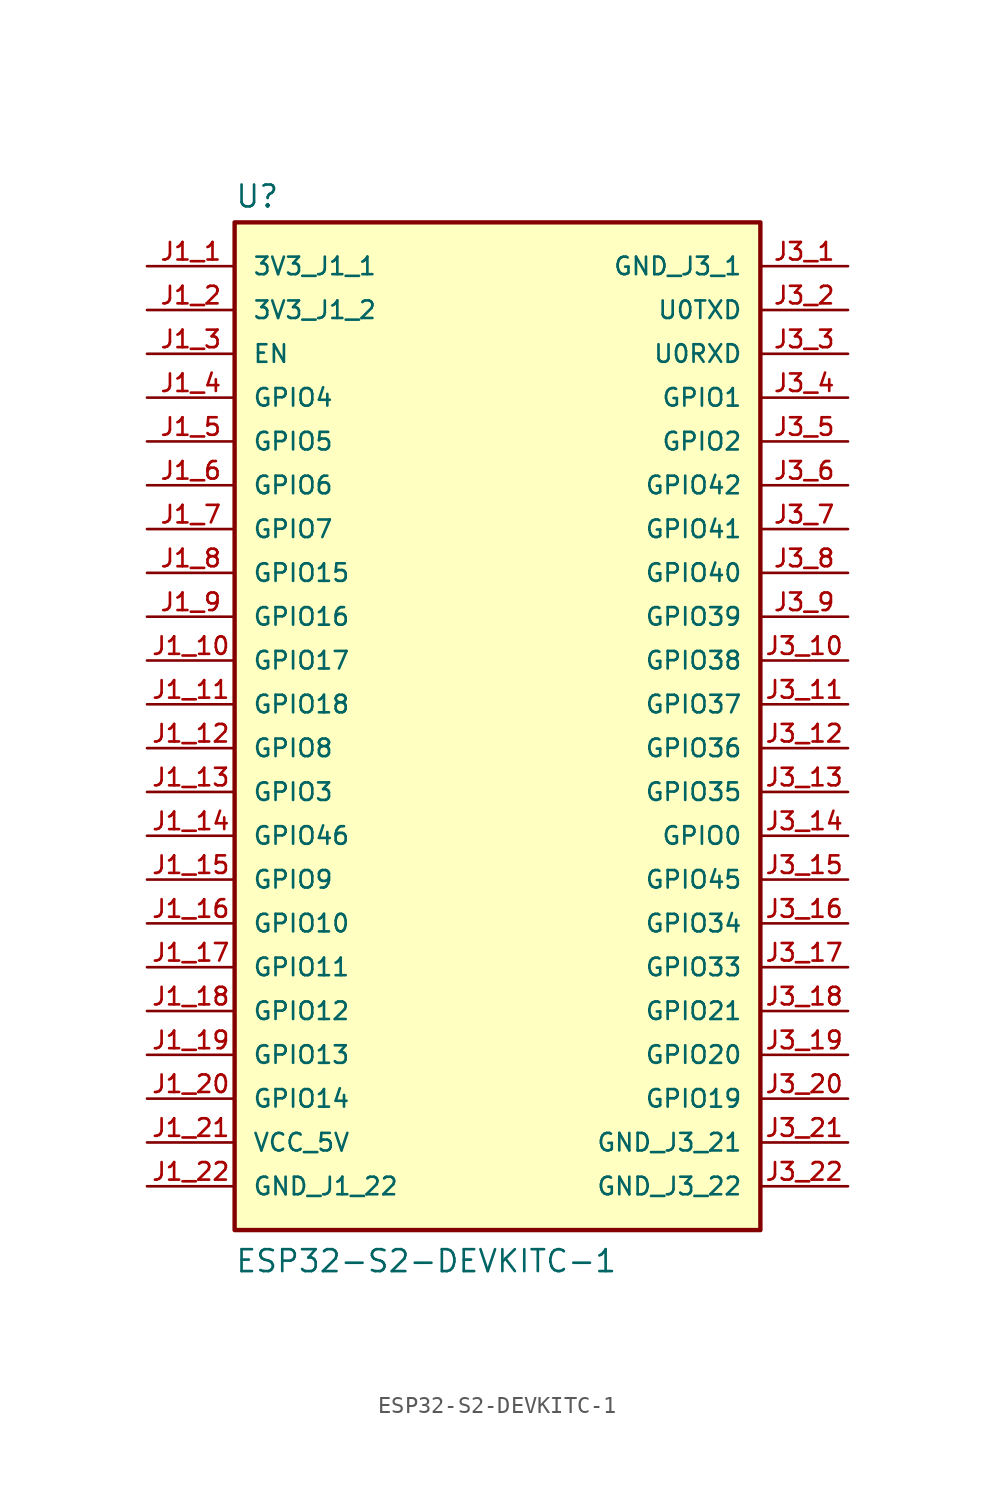
<source format=kicad_sym>
(kicad_symbol_lib
  (version 20211014)
  (generator kicad_symbol_editor)
  (symbol "ESP32-S2-DEVKITC-1"
    (pin_names
      (offset 1.016))
    (property "Reference" "U"
      (at -15.24 31.242 0)
      (effects (font (size 1.27 1.27)) (justify bottom left)))
    (property "Value" "ESP32-S2-DEVKITC-1"
      (at -15.24 -30.48 0)
      (effects (font (size 1.27 1.27)) (justify bottom left)))
    (symbol "ESP32-S2-DEVKITC-1_0_0"
      (rectangle (start -15.24 -27.94) (end 15.24 30.48) (stroke (width 0.254)) (fill (type background)))
      (pin power_in line (at -20.32 27.94 0) (length 5.08) (name "3V3_J1_1" (effects (font (size 1.016 1.016)))) (number "J1_1" (effects (font (size 1.016 1.016)))))
      (pin input line (at -20.32 22.86 0) (length 5.08) (name "EN" (effects (font (size 1.016 1.016)))) (number "J1_3" (effects (font (size 1.016 1.016)))))
      (pin bidirectional line (at -20.32 20.32 0) (length 5.08) (name "GPIO4" (effects (font (size 1.016 1.016)))) (number "J1_4" (effects (font (size 1.016 1.016)))))
      (pin bidirectional line (at -20.32 17.78 0) (length 5.08) (name "GPIO5" (effects (font (size 1.016 1.016)))) (number "J1_5" (effects (font (size 1.016 1.016)))))
      (pin bidirectional line (at -20.32 15.24 0) (length 5.08) (name "GPIO6" (effects (font (size 1.016 1.016)))) (number "J1_6" (effects (font (size 1.016 1.016)))))
      (pin bidirectional line (at -20.32 12.7 0) (length 5.08) (name "GPIO7" (effects (font (size 1.016 1.016)))) (number "J1_7" (effects (font (size 1.016 1.016)))))
      (pin bidirectional line (at -20.32 10.16 0) (length 5.08) (name "GPIO15" (effects (font (size 1.016 1.016)))) (number "J1_8" (effects (font (size 1.016 1.016)))))
      (pin bidirectional line (at -20.32 7.62 0) (length 5.08) (name "GPIO16" (effects (font (size 1.016 1.016)))) (number "J1_9" (effects (font (size 1.016 1.016)))))
      (pin bidirectional line (at -20.32 5.08 0) (length 5.08) (name "GPIO17" (effects (font (size 1.016 1.016)))) (number "J1_10" (effects (font (size 1.016 1.016)))))
      (pin bidirectional line (at -20.32 2.54 0) (length 5.08) (name "GPIO18" (effects (font (size 1.016 1.016)))) (number "J1_11" (effects (font (size 1.016 1.016)))))
      (pin bidirectional line (at -20.32 0.0 0) (length 5.08) (name "GPIO8" (effects (font (size 1.016 1.016)))) (number "J1_12" (effects (font (size 1.016 1.016)))))
      (pin bidirectional line (at -20.32 -2.54 0) (length 5.08) (name "GPIO3" (effects (font (size 1.016 1.016)))) (number "J1_13" (effects (font (size 1.016 1.016)))))
      (pin bidirectional line (at -20.32 -5.08 0) (length 5.08) (name "GPIO46" (effects (font (size 1.016 1.016)))) (number "J1_14" (effects (font (size 1.016 1.016)))))
      (pin bidirectional line (at -20.32 -7.62 0) (length 5.08) (name "GPIO9" (effects (font (size 1.016 1.016)))) (number "J1_15" (effects (font (size 1.016 1.016)))))
      (pin bidirectional line (at -20.32 -10.16 0) (length 5.08) (name "GPIO10" (effects (font (size 1.016 1.016)))) (number "J1_16" (effects (font (size 1.016 1.016)))))
      (pin bidirectional line (at -20.32 -12.7 0) (length 5.08) (name "GPIO11" (effects (font (size 1.016 1.016)))) (number "J1_17" (effects (font (size 1.016 1.016)))))
      (pin bidirectional line (at -20.32 -15.24 0) (length 5.08) (name "GPIO12" (effects (font (size 1.016 1.016)))) (number "J1_18" (effects (font (size 1.016 1.016)))))
      (pin bidirectional line (at -20.32 -17.78 0) (length 5.08) (name "GPIO13" (effects (font (size 1.016 1.016)))) (number "J1_19" (effects (font (size 1.016 1.016)))))
      (pin bidirectional line (at -20.32 -20.32 0) (length 5.08) (name "GPIO14" (effects (font (size 1.016 1.016)))) (number "J1_20" (effects (font (size 1.016 1.016)))))
      (pin power_in line (at -20.32 -22.86 0) (length 5.08) (name "VCC_5V" (effects (font (size 1.016 1.016)))) (number "J1_21" (effects (font (size 1.016 1.016)))))
      (pin power_in line (at -20.32 -25.4 0) (length 5.08) (name "GND_J1_22" (effects (font (size 1.016 1.016)))) (number "J1_22" (effects (font (size 1.016 1.016)))))
      (pin bidirectional line (at 20.32 25.4 180.0) (length 5.08) (name "U0TXD" (effects (font (size 1.016 1.016)))) (number "J3_2" (effects (font (size 1.016 1.016)))))
      (pin bidirectional line (at 20.32 22.86 180.0) (length 5.08) (name "U0RXD" (effects (font (size 1.016 1.016)))) (number "J3_3" (effects (font (size 1.016 1.016)))))
      (pin bidirectional line (at 20.32 20.32 180.0) (length 5.08) (name "GPIO1" (effects (font (size 1.016 1.016)))) (number "J3_4" (effects (font (size 1.016 1.016)))))
      (pin bidirectional line (at 20.32 17.78 180.0) (length 5.08) (name "GPIO2" (effects (font (size 1.016 1.016)))) (number "J3_5" (effects (font (size 1.016 1.016)))))
      (pin bidirectional line (at 20.32 15.24 180.0) (length 5.08) (name "GPIO42" (effects (font (size 1.016 1.016)))) (number "J3_6" (effects (font (size 1.016 1.016)))))
      (pin bidirectional line (at 20.32 12.7 180.0) (length 5.08) (name "GPIO41" (effects (font (size 1.016 1.016)))) (number "J3_7" (effects (font (size 1.016 1.016)))))
      (pin bidirectional line (at 20.32 10.16 180.0) (length 5.08) (name "GPIO40" (effects (font (size 1.016 1.016)))) (number "J3_8" (effects (font (size 1.016 1.016)))))
      (pin bidirectional line (at 20.32 7.62 180.0) (length 5.08) (name "GPIO39" (effects (font (size 1.016 1.016)))) (number "J3_9" (effects (font (size 1.016 1.016)))))
      (pin bidirectional line (at 20.32 5.08 180.0) (length 5.08) (name "GPIO38" (effects (font (size 1.016 1.016)))) (number "J3_10" (effects (font (size 1.016 1.016)))))
      (pin bidirectional line (at 20.32 2.54 180.0) (length 5.08) (name "GPIO37" (effects (font (size 1.016 1.016)))) (number "J3_11" (effects (font (size 1.016 1.016)))))
      (pin bidirectional line (at 20.32 0.0 180.0) (length 5.08) (name "GPIO36" (effects (font (size 1.016 1.016)))) (number "J3_12" (effects (font (size 1.016 1.016)))))
      (pin bidirectional line (at 20.32 -2.54 180.0) (length 5.08) (name "GPIO35" (effects (font (size 1.016 1.016)))) (number "J3_13" (effects (font (size 1.016 1.016)))))
      (pin bidirectional line (at 20.32 -5.08 180.0) (length 5.08) (name "GPIO0" (effects (font (size 1.016 1.016)))) (number "J3_14" (effects (font (size 1.016 1.016)))))
      (pin bidirectional line (at 20.32 -7.62 180.0) (length 5.08) (name "GPIO45" (effects (font (size 1.016 1.016)))) (number "J3_15" (effects (font (size 1.016 1.016)))))
      (pin bidirectional line (at 20.32 -10.16 180.0) (length 5.08) (name "GPIO34" (effects (font (size 1.016 1.016)))) (number "J3_16" (effects (font (size 1.016 1.016)))))
      (pin bidirectional line (at 20.32 -12.7 180.0) (length 5.08) (name "GPIO33" (effects (font (size 1.016 1.016)))) (number "J3_17" (effects (font (size 1.016 1.016)))))
      (pin bidirectional line (at 20.32 -15.24 180.0) (length 5.08) (name "GPIO21" (effects (font (size 1.016 1.016)))) (number "J3_18" (effects (font (size 1.016 1.016)))))
      (pin bidirectional line (at 20.32 -17.78 180.0) (length 5.08) (name "GPIO20" (effects (font (size 1.016 1.016)))) (number "J3_19" (effects (font (size 1.016 1.016)))))
      (pin bidirectional line (at 20.32 -20.32 180.0) (length 5.08) (name "GPIO19" (effects (font (size 1.016 1.016)))) (number "J3_20" (effects (font (size 1.016 1.016)))))
      (pin power_in line (at -20.32 25.4 0) (length 5.08) (name "3V3_J1_2" (effects (font (size 1.016 1.016)))) (number "J1_2" (effects (font (size 1.016 1.016)))))
      (pin power_in line (at 20.32 27.94 180.0) (length 5.08) (name "GND_J3_1" (effects (font (size 1.016 1.016)))) (number "J3_1" (effects (font (size 1.016 1.016)))))
      (pin power_in line (at 20.32 -22.86 180.0) (length 5.08) (name "GND_J3_21" (effects (font (size 1.016 1.016)))) (number "J3_21" (effects (font (size 1.016 1.016)))))
      (pin power_in line (at 20.32 -25.4 180.0) (length 5.08) (name "GND_J3_22" (effects (font (size 1.016 1.016)))) (number "J3_22" (effects (font (size 1.016 1.016))))))))
</source>
